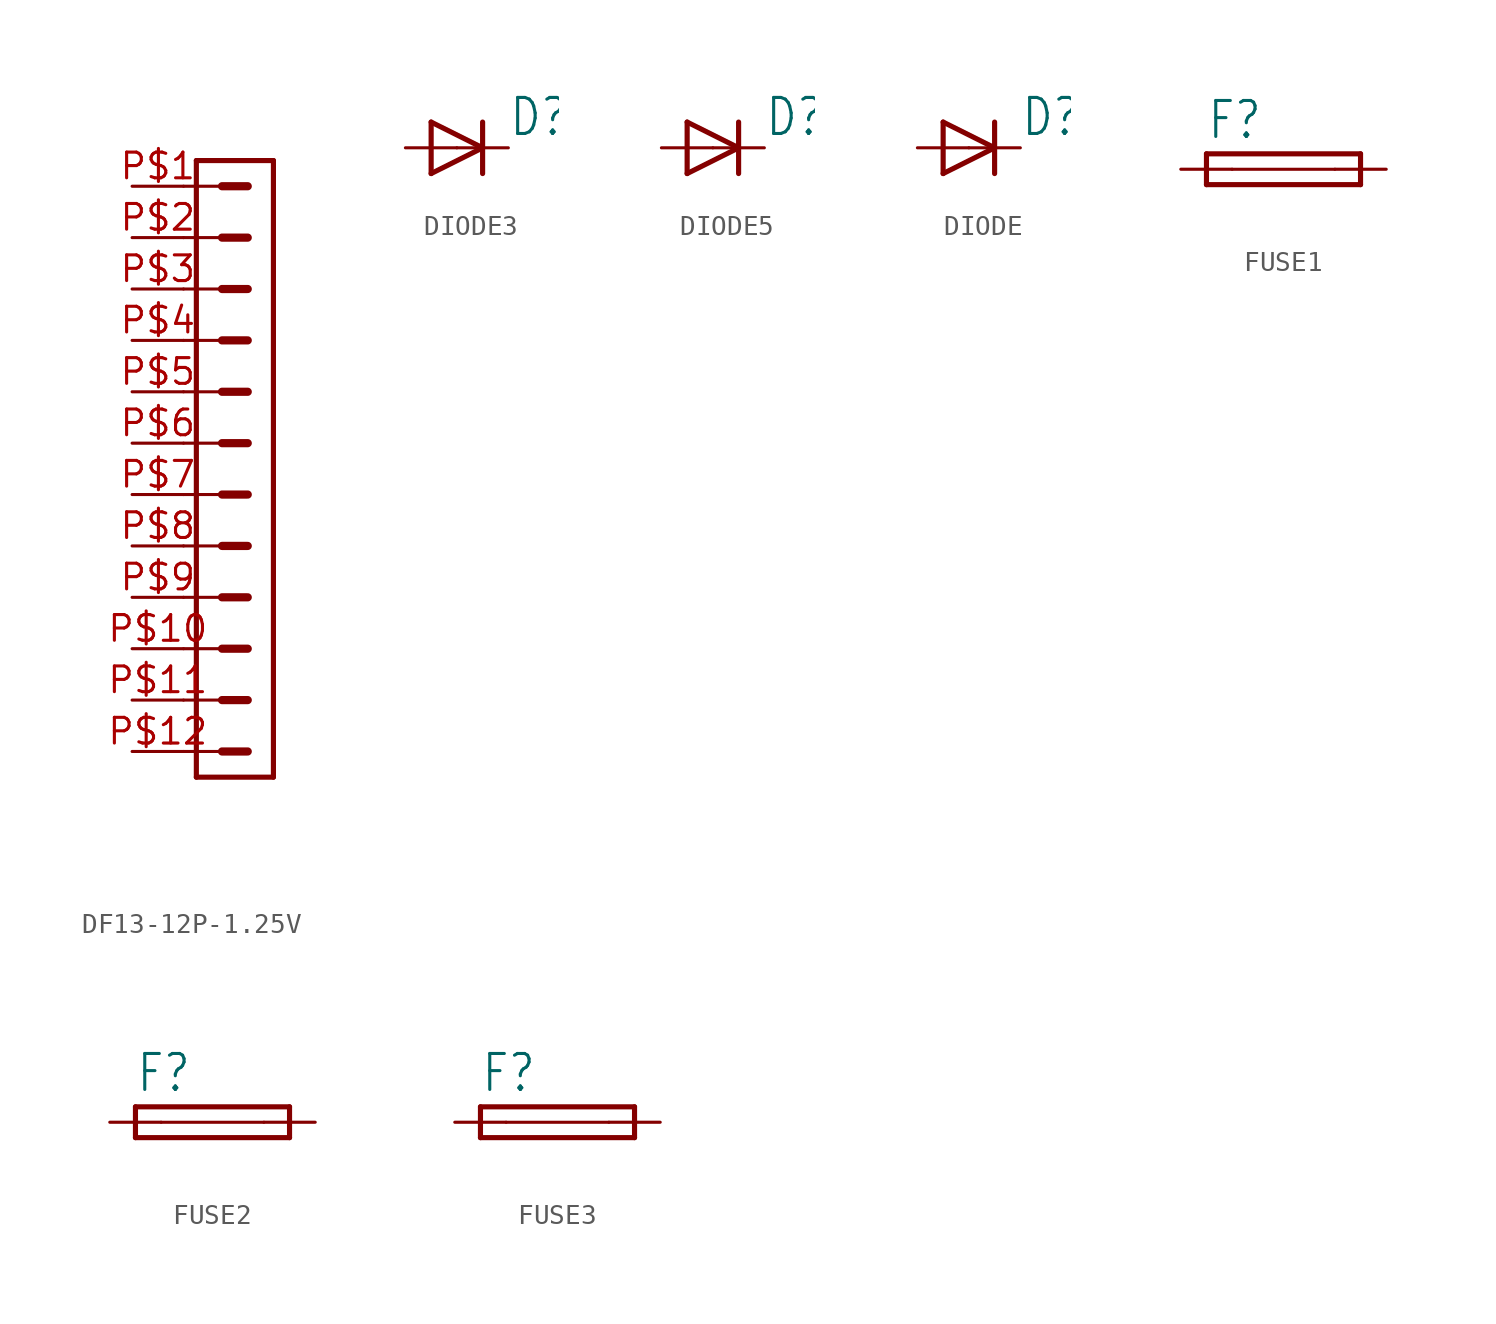
<source format=kicad_sym>
(kicad_symbol_lib
  (version 20220914)
  (generator kicad_symbol_editor)
  (symbol "DF13-12P-1.25V"
    (property "Reference" ""
      (at -1.905 20.32 0)
      (effects (font (size 1.778 1.511)) (justify left bottom) hide))
    (property "Value" ""
      (at -1.905 -14.287 0)
      (effects (font (size 1.778 1.511)) (justify left bottom)))
    (property "ki_locked" ""
      (at 0 0 0)
      (effects (font (size 1.27 1.27))))
    (symbol "DF13-12P-1.25V_1_0"
      (polyline (pts (xy -2.54 -10.16) (xy -0.635 -10.16)) (stroke (width 0.152) (type solid)) (fill (type none)))
      (polyline (pts (xy -2.54 -7.62) (xy -0.635 -7.62)) (stroke (width 0.152) (type solid)) (fill (type none)))
      (polyline (pts (xy -2.54 -5.08) (xy -0.635 -5.08)) (stroke (width 0.152) (type solid)) (fill (type none)))
      (polyline (pts (xy -2.54 -2.54) (xy -0.635 -2.54)) (stroke (width 0.152) (type solid)) (fill (type none)))
      (polyline (pts (xy -2.54 0) (xy -0.635 0)) (stroke (width 0.152) (type solid)) (fill (type none)))
      (polyline (pts (xy -2.54 2.54) (xy -0.635 2.54)) (stroke (width 0.152) (type solid)) (fill (type none)))
      (polyline (pts (xy -2.54 5.08) (xy -0.635 5.08)) (stroke (width 0.152) (type solid)) (fill (type none)))
      (polyline (pts (xy -2.54 7.62) (xy -0.635 7.62)) (stroke (width 0.152) (type solid)) (fill (type none)))
      (polyline (pts (xy -2.54 10.16) (xy -0.635 10.16)) (stroke (width 0.152) (type solid)) (fill (type none)))
      (polyline (pts (xy -2.54 12.7) (xy -0.635 12.7)) (stroke (width 0.152) (type solid)) (fill (type none)))
      (polyline (pts (xy -2.54 15.24) (xy -0.635 15.24)) (stroke (width 0.152) (type solid)) (fill (type none)))
      (polyline (pts (xy -2.54 17.78) (xy -0.635 17.78)) (stroke (width 0.152) (type solid)) (fill (type none)))
      (polyline (pts (xy -1.905 -11.43) (xy -1.905 19.05)) (stroke (width 0.254) (type solid)) (fill (type none)))
      (polyline (pts (xy -1.905 -11.43) (xy 1.905 -11.43)) (stroke (width 0.254) (type solid)) (fill (type none)))
      (polyline (pts (xy -0.635 -10.16) (xy 0.635 -10.16)) (stroke (width 0.406) (type solid)) (fill (type none)))
      (polyline (pts (xy -0.635 -7.62) (xy 0.635 -7.62)) (stroke (width 0.406) (type solid)) (fill (type none)))
      (polyline (pts (xy -0.635 -5.08) (xy 0.635 -5.08)) (stroke (width 0.406) (type solid)) (fill (type none)))
      (polyline (pts (xy -0.635 -2.54) (xy 0.635 -2.54)) (stroke (width 0.406) (type solid)) (fill (type none)))
      (polyline (pts (xy -0.635 0) (xy 0.635 0)) (stroke (width 0.406) (type solid)) (fill (type none)))
      (polyline (pts (xy -0.635 2.54) (xy 0.635 2.54)) (stroke (width 0.406) (type solid)) (fill (type none)))
      (polyline (pts (xy -0.635 5.08) (xy 0.635 5.08)) (stroke (width 0.406) (type solid)) (fill (type none)))
      (polyline (pts (xy -0.635 7.62) (xy 0.635 7.62)) (stroke (width 0.406) (type solid)) (fill (type none)))
      (polyline (pts (xy -0.635 10.16) (xy 0.635 10.16)) (stroke (width 0.406) (type solid)) (fill (type none)))
      (polyline (pts (xy -0.635 12.7) (xy 0.635 12.7)) (stroke (width 0.406) (type solid)) (fill (type none)))
      (polyline (pts (xy -0.635 15.24) (xy 0.635 15.24)) (stroke (width 0.406) (type solid)) (fill (type none)))
      (polyline (pts (xy -0.635 17.78) (xy 0.635 17.78)) (stroke (width 0.406) (type solid)) (fill (type none)))
      (polyline (pts (xy 1.905 19.05) (xy -1.905 19.05)) (stroke (width 0.254) (type solid)) (fill (type none)))
      (polyline (pts (xy 1.905 19.05) (xy 1.905 -11.43)) (stroke (width 0.254) (type solid)) (fill (type none)))
      (pin passive line (at -5.08 17.78 0) (length 2.54) (name "1" (effects (font (size 0 0)))) (number "P$1" (effects (font (size 1.27 1.27)))))
      (pin passive line (at -5.08 -5.08 0) (length 2.54) (name "10" (effects (font (size 0 0)))) (number "P$10" (effects (font (size 1.27 1.27)))))
      (pin passive line (at -5.08 -7.62 0) (length 2.54) (name "11" (effects (font (size 0 0)))) (number "P$11" (effects (font (size 1.27 1.27)))))
      (pin passive line (at -5.08 -10.16 0) (length 2.54) (name "12" (effects (font (size 0 0)))) (number "P$12" (effects (font (size 1.27 1.27)))))
      (pin passive line (at -5.08 15.24 0) (length 2.54) (name "2" (effects (font (size 0 0)))) (number "P$2" (effects (font (size 1.27 1.27)))))
      (pin passive line (at -5.08 12.7 0) (length 2.54) (name "3" (effects (font (size 0 0)))) (number "P$3" (effects (font (size 1.27 1.27)))))
      (pin passive line (at -5.08 10.16 0) (length 2.54) (name "4" (effects (font (size 0 0)))) (number "P$4" (effects (font (size 1.27 1.27)))))
      (pin passive line (at -5.08 7.62 0) (length 2.54) (name "5" (effects (font (size 0 0)))) (number "P$5" (effects (font (size 1.27 1.27)))))
      (pin passive line (at -5.08 5.08 0) (length 2.54) (name "6" (effects (font (size 0 0)))) (number "P$6" (effects (font (size 1.27 1.27)))))
      (pin passive line (at -5.08 2.54 0) (length 2.54) (name "7" (effects (font (size 0 0)))) (number "P$7" (effects (font (size 1.27 1.27)))))
      (pin passive line (at -5.08 0 0) (length 2.54) (name "8" (effects (font (size 0 0)))) (number "P$8" (effects (font (size 1.27 1.27)))))
      (pin passive line (at -5.08 -2.54 0) (length 2.54) (name "9" (effects (font (size 0 0)))) (number "P$9" (effects (font (size 1.27 1.27)))))))
  (symbol "DIODE3"
    (property "Reference" "D"
      (at 2.54 0.483 0)
      (effects (font (size 1.778 1.511)) (justify left bottom)))
    (property "Value" ""
      (at 2.54 -2.311 0)
      (effects (font (size 1.778 1.511)) (justify left bottom)))
    (property "ki_locked" ""
      (at 0 0 0)
      (effects (font (size 1.27 1.27))))
    (symbol "DIODE3_1_0"
      (polyline (pts (xy -1.27 -1.27) (xy 1.27 0)) (stroke (width 0.254) (type solid)) (fill (type none)))
      (polyline (pts (xy -1.27 1.27) (xy -1.27 -1.27)) (stroke (width 0.254) (type solid)) (fill (type none)))
      (polyline (pts (xy 1.27 0) (xy -1.27 1.27)) (stroke (width 0.254) (type solid)) (fill (type none)))
      (polyline (pts (xy 1.27 0) (xy 1.27 -1.27)) (stroke (width 0.254) (type solid)) (fill (type none)))
      (polyline (pts (xy 1.27 1.27) (xy 1.27 0)) (stroke (width 0.254) (type solid)) (fill (type none)))
      (pin passive line (at -2.54 0 0) (length 2.54) (name "A" (effects (font (size 0 0)))) (number "A" (effects (font (size 0 0)))))
      (pin passive line (at 2.54 0 180) (length 2.54) (name "C" (effects (font (size 0 0)))) (number "K" (effects (font (size 0 0)))))))
  (symbol "DIODE5"
    (property "Reference" "D"
      (at 2.54 0.483 0)
      (effects (font (size 1.778 1.511)) (justify left bottom)))
    (property "Value" ""
      (at 2.54 -2.311 0)
      (effects (font (size 1.778 1.511)) (justify left bottom)))
    (property "ki_locked" ""
      (at 0 0 0)
      (effects (font (size 1.27 1.27))))
    (symbol "DIODE5_1_0"
      (polyline (pts (xy -1.27 -1.27) (xy 1.27 0)) (stroke (width 0.254) (type solid)) (fill (type none)))
      (polyline (pts (xy -1.27 1.27) (xy -1.27 -1.27)) (stroke (width 0.254) (type solid)) (fill (type none)))
      (polyline (pts (xy 1.27 0) (xy -1.27 1.27)) (stroke (width 0.254) (type solid)) (fill (type none)))
      (polyline (pts (xy 1.27 0) (xy 1.27 -1.27)) (stroke (width 0.254) (type solid)) (fill (type none)))
      (polyline (pts (xy 1.27 1.27) (xy 1.27 0)) (stroke (width 0.254) (type solid)) (fill (type none)))
      (pin passive line (at -2.54 0 0) (length 2.54) (name "A" (effects (font (size 0 0)))) (number "A" (effects (font (size 0 0)))))
      (pin passive line (at 2.54 0 180) (length 2.54) (name "C" (effects (font (size 0 0)))) (number "K" (effects (font (size 0 0)))))))
  (symbol "DIODE"
    (property "Reference" "D"
      (at 2.54 0.483 0)
      (effects (font (size 1.778 1.511)) (justify left bottom)))
    (property "Value" ""
      (at 2.54 -2.311 0)
      (effects (font (size 1.778 1.511)) (justify left bottom)))
    (property "ki_locked" ""
      (at 0 0 0)
      (effects (font (size 1.27 1.27))))
    (symbol "DIODE_1_0"
      (polyline (pts (xy -1.27 -1.27) (xy 1.27 0)) (stroke (width 0.254) (type solid)) (fill (type none)))
      (polyline (pts (xy -1.27 1.27) (xy -1.27 -1.27)) (stroke (width 0.254) (type solid)) (fill (type none)))
      (polyline (pts (xy 1.27 0) (xy -1.27 1.27)) (stroke (width 0.254) (type solid)) (fill (type none)))
      (polyline (pts (xy 1.27 0) (xy 1.27 -1.27)) (stroke (width 0.254) (type solid)) (fill (type none)))
      (polyline (pts (xy 1.27 1.27) (xy 1.27 0)) (stroke (width 0.254) (type solid)) (fill (type none)))
      (pin passive line (at -2.54 0 0) (length 2.54) (name "A" (effects (font (size 0 0)))) (number "A" (effects (font (size 0 0)))))
      (pin passive line (at 2.54 0 180) (length 2.54) (name "C" (effects (font (size 0 0)))) (number "C" (effects (font (size 0 0)))))))
  (symbol "FUSE1"
    (property "Reference" "F"
      (at -3.81 1.397 0)
      (effects (font (size 1.778 1.511)) (justify left bottom)))
    (property "Value" ""
      (at -3.81 -2.921 0)
      (effects (font (size 1.778 1.511)) (justify left bottom)))
    (property "ki_locked" ""
      (at 0 0 0)
      (effects (font (size 1.27 1.27))))
    (symbol "FUSE1_1_0"
      (polyline (pts (xy -3.81 -0.762) (xy 3.81 -0.762)) (stroke (width 0.254) (type solid)) (fill (type none)))
      (polyline (pts (xy -3.81 0.762) (xy -3.81 -0.762)) (stroke (width 0.254) (type solid)) (fill (type none)))
      (polyline (pts (xy -2.54 0) (xy 2.54 0)) (stroke (width 0.152) (type solid)) (fill (type none)))
      (polyline (pts (xy 3.81 -0.762) (xy 3.81 0.762)) (stroke (width 0.254) (type solid)) (fill (type none)))
      (polyline (pts (xy 3.81 0.762) (xy -3.81 0.762)) (stroke (width 0.254) (type solid)) (fill (type none)))
      (pin passive line (at -5.08 0 0) (length 2.54) (name "1" (effects (font (size 0 0)))) (number "P$1" (effects (font (size 0 0)))))
      (pin passive line (at 5.08 0 180) (length 2.54) (name "2" (effects (font (size 0 0)))) (number "P$2" (effects (font (size 0 0)))))))
  (symbol "FUSE2"
    (property "Reference" "F"
      (at -3.81 1.397 0)
      (effects (font (size 1.778 1.511)) (justify left bottom)))
    (property "Value" ""
      (at -3.81 -2.921 0)
      (effects (font (size 1.778 1.511)) (justify left bottom)))
    (property "ki_locked" ""
      (at 0 0 0)
      (effects (font (size 1.27 1.27))))
    (symbol "FUSE2_1_0"
      (polyline (pts (xy -3.81 -0.762) (xy 3.81 -0.762)) (stroke (width 0.254) (type solid)) (fill (type none)))
      (polyline (pts (xy -3.81 0.762) (xy -3.81 -0.762)) (stroke (width 0.254) (type solid)) (fill (type none)))
      (polyline (pts (xy -2.54 0) (xy 2.54 0)) (stroke (width 0.152) (type solid)) (fill (type none)))
      (polyline (pts (xy 3.81 -0.762) (xy 3.81 0.762)) (stroke (width 0.254) (type solid)) (fill (type none)))
      (polyline (pts (xy 3.81 0.762) (xy -3.81 0.762)) (stroke (width 0.254) (type solid)) (fill (type none)))
      (pin passive line (at -5.08 0 0) (length 2.54) (name "1" (effects (font (size 0 0)))) (number "P$1" (effects (font (size 0 0)))))
      (pin passive line (at 5.08 0 180) (length 2.54) (name "2" (effects (font (size 0 0)))) (number "P$2" (effects (font (size 0 0)))))))
  (symbol "FUSE3"
    (property "Reference" "F"
      (at -3.81 1.397 0)
      (effects (font (size 1.778 1.511)) (justify left bottom)))
    (property "Value" ""
      (at -3.81 -2.921 0)
      (effects (font (size 1.778 1.511)) (justify left bottom)))
    (property "ki_locked" ""
      (at 0 0 0)
      (effects (font (size 1.27 1.27))))
    (symbol "FUSE3_1_0"
      (polyline (pts (xy -3.81 -0.762) (xy 3.81 -0.762)) (stroke (width 0.254) (type solid)) (fill (type none)))
      (polyline (pts (xy -3.81 0.762) (xy -3.81 -0.762)) (stroke (width 0.254) (type solid)) (fill (type none)))
      (polyline (pts (xy -2.54 0) (xy 2.54 0)) (stroke (width 0.152) (type solid)) (fill (type none)))
      (polyline (pts (xy 3.81 -0.762) (xy 3.81 0.762)) (stroke (width 0.254) (type solid)) (fill (type none)))
      (polyline (pts (xy 3.81 0.762) (xy -3.81 0.762)) (stroke (width 0.254) (type solid)) (fill (type none)))
      (pin passive line (at -5.08 0 0) (length 2.54) (name "1" (effects (font (size 0 0)))) (number "1A" (effects (font (size 0 0)))))
      (pin passive line (at 5.08 0 180) (length 2.54) (name "2" (effects (font (size 0 0)))) (number "2B" (effects (font (size 0 0))))))))
</source>
